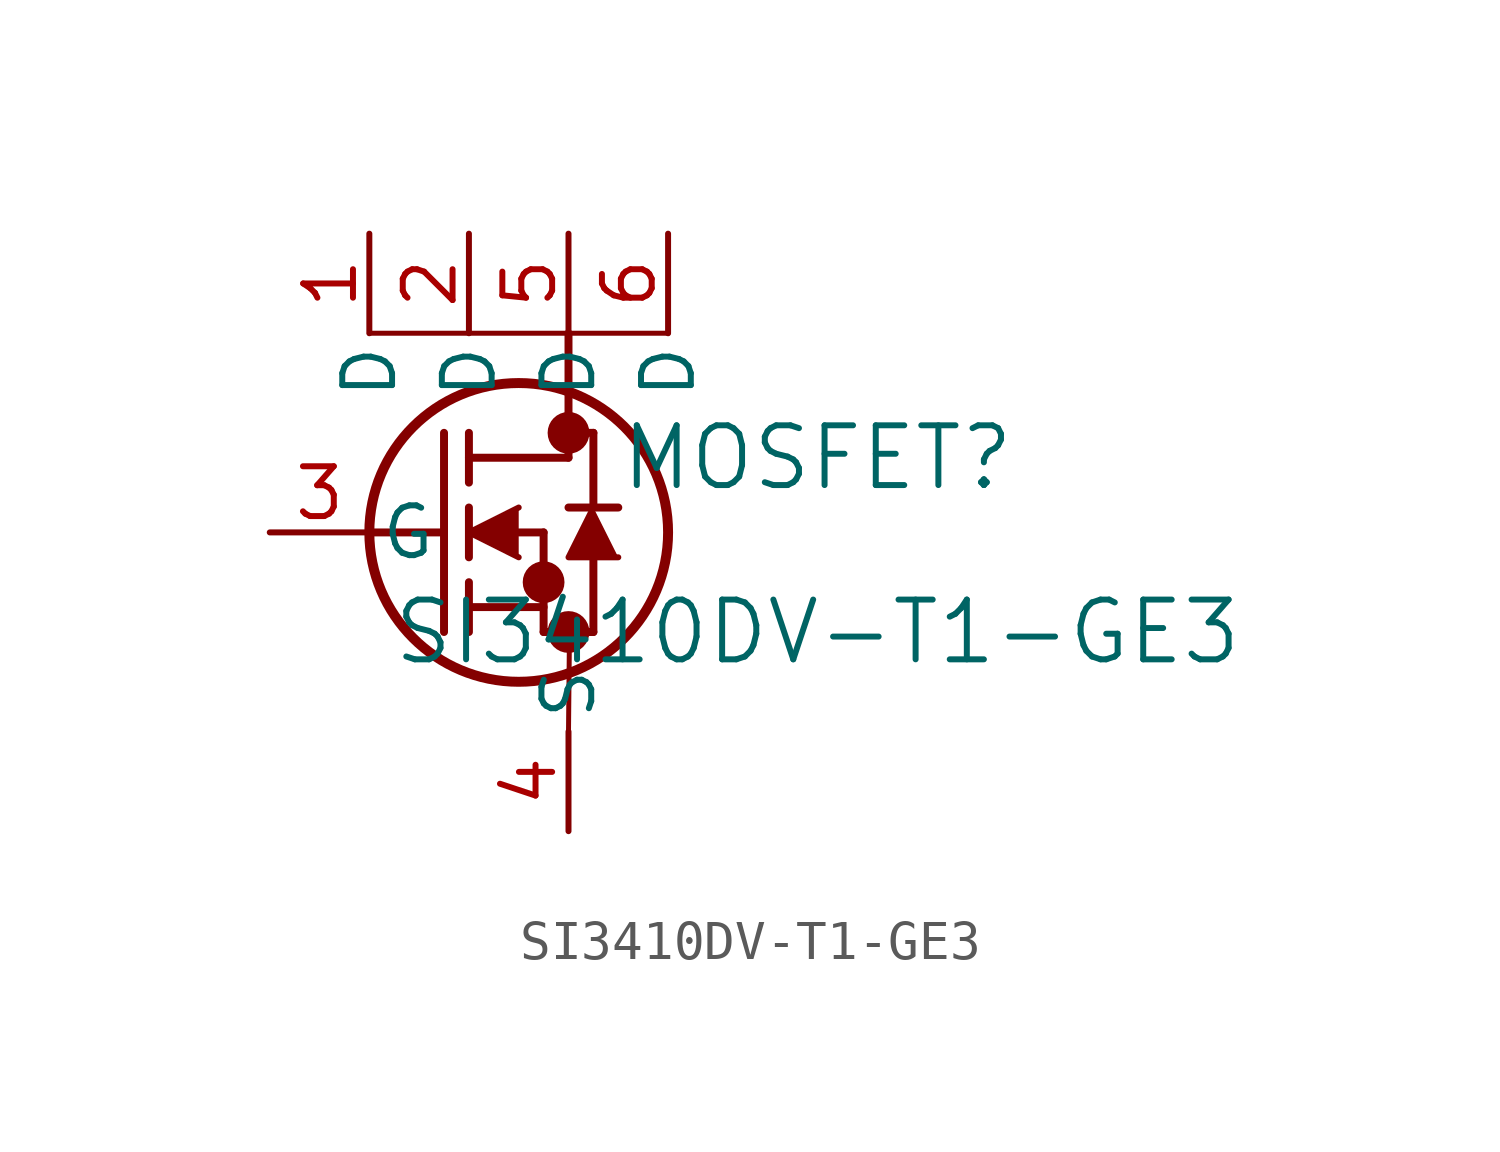
<source format=kicad_sym>
(kicad_symbol_lib
  (version 20211014)
  (generator kicad_symbol_editor)
  (symbol "SI3410DV-T1-GE3"
    (pin_names
      (offset 0.254))
    (property "Reference" "MOSFET"
      (at 13.97 1.905 0)
      (effects (font (size 1.524 1.524))))
    (property "Value" "SI3410DV-T1-GE3"
      (at 13.97 -2.54 0)
      (effects (font (size 1.524 1.524))))
    (symbol "SI3410DV-T1-GE3_0_1"
      (circle (center 7.62 2.54) (radius 0.025) (stroke (width 0.508) (type default) (color 0 0 0 0)) (fill (type none)))
      (circle (center 7.62 -2.54) (radius 0.025) (stroke (width 0.508) (type default) (color 0 0 0 0)) (fill (type none)))
      (circle (center 6.985 -1.27) (radius 0.025) (stroke (width 0.508) (type default) (color 0 0 0 0)) (fill (type none)))
      (circle (center 6.35 0) (radius 3.81) (stroke (width 0.254) (type default) (color 0 0 0 0)) (fill (type none)))
      (polyline (pts (xy 2.54 0) (xy 4.445 0)) (stroke (width 0.203) (type default) (color 0 0 0 0)) (fill (type none)))
      (polyline (pts (xy 4.445 -2.54) (xy 4.445 2.54)) (stroke (width 0.203) (type default) (color 0 0 0 0)) (fill (type none)))
      (polyline (pts (xy 5.08 -0.635) (xy 5.08 0.635)) (stroke (width 0.203) (type default) (color 0 0 0 0)) (fill (type none)))
      (polyline (pts (xy 5.08 -2.54) (xy 5.08 -1.27)) (stroke (width 0.203) (type default) (color 0 0 0 0)) (fill (type none)))
      (polyline (pts (xy 5.08 1.27) (xy 5.08 2.54)) (stroke (width 0.203) (type default) (color 0 0 0 0)) (fill (type none)))
      (polyline (pts (xy 6.35 0) (xy 6.985 0)) (stroke (width 0.203) (type default) (color 0 0 0 0)) (fill (type none)))
      (polyline (pts (xy 5.08 -1.905) (xy 6.985 -1.905)) (stroke (width 0.203) (type default) (color 0 0 0 0)) (fill (type none)))
      (polyline (pts (xy 6.985 -2.54) (xy 6.985 0)) (stroke (width 0.203) (type default) (color 0 0 0 0)) (fill (type none)))
      (polyline (pts (xy 6.985 -2.54) (xy 8.255 -2.54)) (stroke (width 0.203) (type default) (color 0 0 0 0)) (fill (type none)))
      (polyline (pts (xy 5.08 1.905) (xy 7.62 1.905)) (stroke (width 0.203) (type default) (color 0 0 0 0)) (fill (type none)))
      (polyline (pts (xy 8.255 0.635) (xy 8.255 2.54)) (stroke (width 0.203) (type default) (color 0 0 0 0)) (fill (type none)))
      (polyline (pts (xy 6.35 0.635) (xy 5.08 0) (xy 6.35 -0.635)) (stroke (width 0) (type default) (color 0 0 0 0)) (fill (type outline)))
      (polyline (pts (xy 8.89 -0.635) (xy 7.62 -0.635) (xy 8.255 0.635)) (stroke (width 0) (type default) (color 0 0 0 0)) (fill (type outline)))
      (polyline (pts (xy 8.255 -2.54) (xy 8.255 -0.635)) (stroke (width 0.203) (type default) (color 0 0 0 0)) (fill (type none)))
      (polyline (pts (xy 8.89 0.635) (xy 7.62 0.635)) (stroke (width 0.203) (type default) (color 0 0 0 0)) (fill (type none)))
      (polyline (pts (xy 7.62 2.54) (xy 8.255 2.54)) (stroke (width 0.203) (type default) (color 0 0 0 0)) (fill (type none)))
      (polyline (pts (xy 7.62 5.08) (xy 7.62 1.905)) (stroke (width 0.203) (type default) (color 0 0 0 0)) (fill (type none)))
      (polyline (pts (xy 2.54 5.08) (xy 10.16 5.08)) (stroke (width 0.127) (type default) (color 0 0 0 0)) (fill (type none)))
      (polyline (pts (xy 7.645 -2.54) (xy 7.62 -5.08)) (stroke (width 0.127) (type default) (color 0 0 0 0)) (fill (type none)))
      (pin unspecified line (at 2.54 7.62 270) (length 2.54) (name "D" (effects (font (size 1.27 1.27)))) (number "1" (effects (font (size 1.27 1.27)))))
      (pin unspecified line (at 5.08 7.62 270) (length 2.54) (name "D" (effects (font (size 1.27 1.27)))) (number "2" (effects (font (size 1.27 1.27)))))
      (pin unspecified line (at 0 0 0) (length 2.54) (name "G" (effects (font (size 1.27 1.27)))) (number "3" (effects (font (size 1.27 1.27)))))
      (pin unspecified line (at 7.62 -7.62 90) (length 2.54) (name "S" (effects (font (size 1.27 1.27)))) (number "4" (effects (font (size 1.27 1.27)))))
      (pin unspecified line (at 7.62 7.62 270) (length 2.54) (name "D" (effects (font (size 1.27 1.27)))) (number "5" (effects (font (size 1.27 1.27)))))
      (pin unspecified line (at 10.16 7.62 270) (length 2.54) (name "D" (effects (font (size 1.27 1.27)))) (number "6" (effects (font (size 1.27 1.27))))))))
</source>
